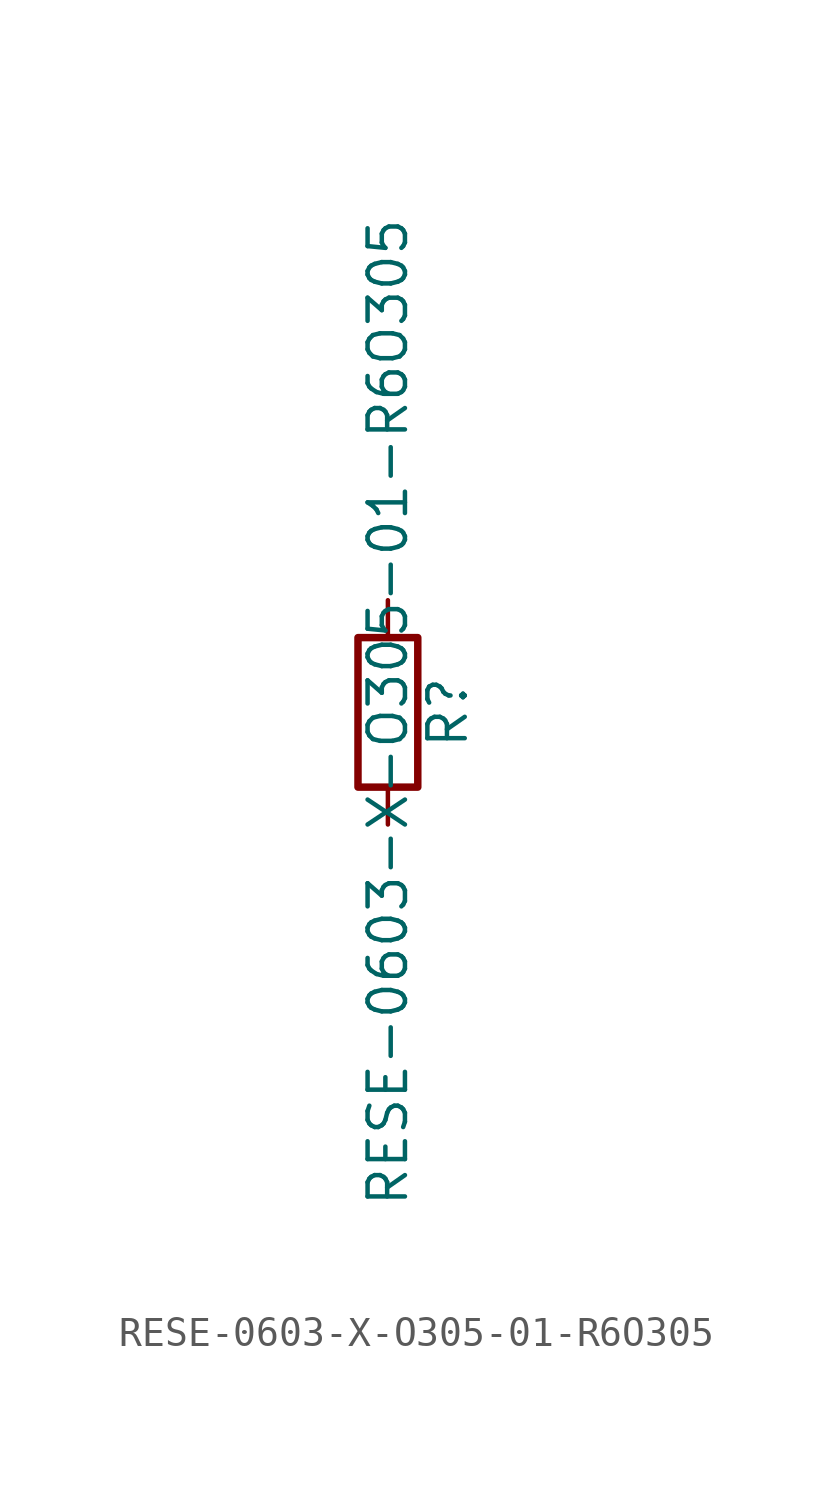
<source format=kicad_sym>
(kicad_symbol_lib
  (version 20211014)
  (generator kicad_symbol_editor)
  (symbol "RESE-0603-X-O305-01-R6O305"
    (pin_numbers hide)
    (pin_names
      (offset 0))
    (property "Reference" "R"
      (at 2.032 0 90)
      (effects (font (size 1.27 1.27))))
    (property "Value" "RESE-0603-X-O305-01-R6O305"
      (at 0 0 90)
      (effects (font (size 1.27 1.27))))
    (symbol "RESE-0603-X-O305-01-R6O305_0_1"
      (rectangle (start -1.016 -2.54) (end 1.016 2.54) (stroke (width 0.254) (type default) (color 0 0 0 0)) (fill (type none))))
    (symbol "RESE-0603-X-O305-01-R6O305_1_1"
      (pin passive line (at 0 3.81 270) (length 1.27) (name "~" (effects (font (size 1.27 1.27)))) (number "1" (effects (font (size 1.27 1.27)))))
      (pin passive line (at 0 -3.81 90) (length 1.27) (name "~" (effects (font (size 1.27 1.27)))) (number "2" (effects (font (size 1.27 1.27))))))))
</source>
